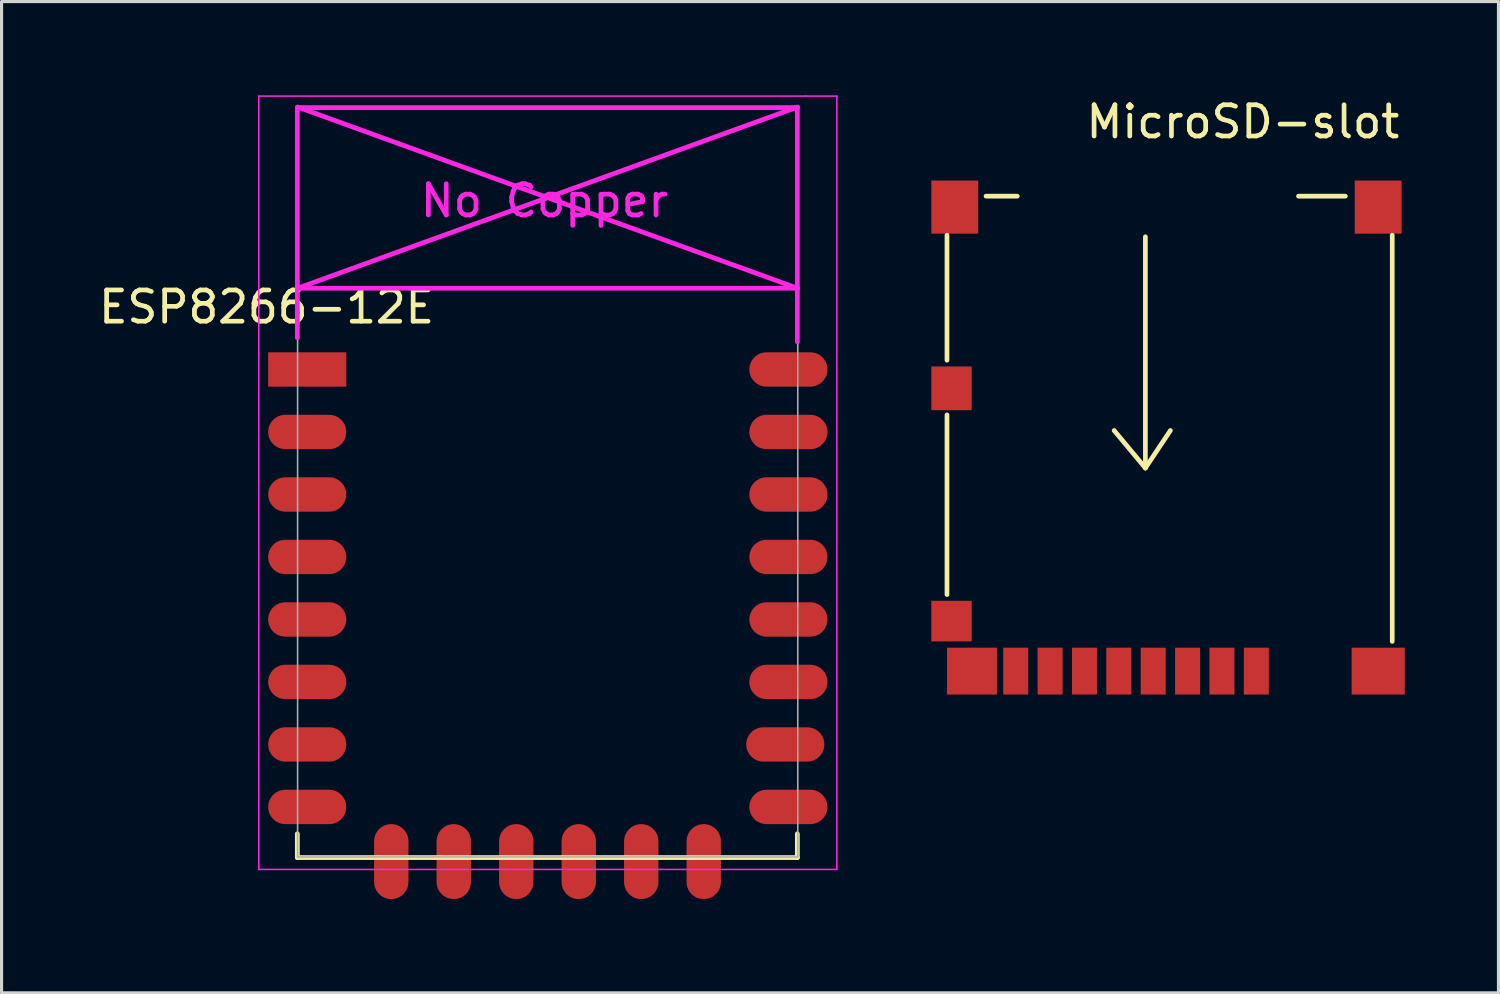
<source format=kicad_pcb>
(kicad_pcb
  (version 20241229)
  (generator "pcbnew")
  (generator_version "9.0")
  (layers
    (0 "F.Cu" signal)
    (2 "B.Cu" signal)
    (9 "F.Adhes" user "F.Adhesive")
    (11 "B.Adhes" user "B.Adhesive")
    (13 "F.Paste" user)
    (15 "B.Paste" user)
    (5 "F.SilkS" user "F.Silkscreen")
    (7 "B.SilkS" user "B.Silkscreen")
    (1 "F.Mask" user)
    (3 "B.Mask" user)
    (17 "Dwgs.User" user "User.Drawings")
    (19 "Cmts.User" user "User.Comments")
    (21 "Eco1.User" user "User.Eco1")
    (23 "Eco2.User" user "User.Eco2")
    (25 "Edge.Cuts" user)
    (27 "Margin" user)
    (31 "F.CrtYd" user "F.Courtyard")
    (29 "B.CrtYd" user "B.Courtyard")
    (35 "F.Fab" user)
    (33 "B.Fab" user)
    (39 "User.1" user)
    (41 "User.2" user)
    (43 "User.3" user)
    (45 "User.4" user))
  (footprint "ESP8266-12E"
    (layer "F.Cu")
    (at 7.482 8.775)
    (property "Reference" "ESP8266-12E" (at -2 -2 0) (layer "F.SilkS") (effects (font (size 1 1) (thickness 0.15))))
    (attr through_hole)
    (fp_line (start -1.016 14.859) (end -1.016 15.621) (stroke (width 0.152) (type solid)) (layer "F.SilkS"))
    (fp_line (start -1.016 15.621) (end 14.986 15.621) (stroke (width 0.152) (type solid)) (layer "F.SilkS"))
    (fp_line (start 14.986 15.621) (end 14.986 14.859) (stroke (width 0.152) (type solid)) (layer "F.SilkS"))
    (fp_line (start -2.25 -8.75) (end 15.25 -8.75) (stroke (width 0.05) (type solid)) (layer "F.CrtYd"))
    (fp_line (start -2.25 -0.5) (end -2.25 -8.75) (stroke (width 0.05) (type solid)) (layer "F.CrtYd"))
    (fp_line (start -2.25 16) (end -2.25 -0.5) (stroke (width 0.05) (type solid)) (layer "F.CrtYd"))
    (fp_line (start -1.016 -8.382) (end -1.016 -1.016) (stroke (width 0.152) (type solid)) (layer "F.CrtYd"))
    (fp_line (start -1.016 -8.382) (end 14.986 -8.382) (stroke (width 0.152) (type solid)) (layer "F.CrtYd"))
    (fp_line (start -1.008 -8.4) (end 14.992 -2.6) (stroke (width 0.152) (type solid)) (layer "F.CrtYd"))
    (fp_line (start -1.008 -2.6) (end 14.992 -2.6) (stroke (width 0.152) (type solid)) (layer "F.CrtYd"))
    (fp_line (start 14.986 -8.382) (end 14.986 -0.889) (stroke (width 0.152) (type solid)) (layer "F.CrtYd"))
    (fp_line (start 14.992 -8.4) (end -1.008 -2.6) (stroke (width 0.152) (type solid)) (layer "F.CrtYd"))
    (fp_line (start 15.25 -8.75) (end 16.25 -8.75) (stroke (width 0.05) (type solid)) (layer "F.CrtYd"))
    (fp_line (start 16.25 -8.75) (end 16.25 16) (stroke (width 0.05) (type solid)) (layer "F.CrtYd"))
    (fp_line (start 16.25 16) (end -2.25 16) (stroke (width 0.05) (type solid)) (layer "F.CrtYd"))
    (fp_line (start -1.008 -8.4) (end 14.992 -8.4) (stroke (width 0.05) (type solid)) (layer "F.Fab"))
    (fp_line (start -1.008 15.6) (end -1.008 -8.4) (stroke (width 0.05) (type solid)) (layer "F.Fab"))
    (fp_line (start 14.992 15.6) (end -1.008 15.6) (stroke (width 0.05) (type solid)) (layer "F.Fab"))
    (fp_line (start 15 -8.4) (end 15 15.6) (stroke (width 0.05) (type solid)) (layer "F.Fab"))
    (fp_text user "No Copper" (at 6.892 -5.4 0) (layer "F.CrtYd") (effects (font (size 1 1) (thickness 0.15))))
    (pad "1" smd rect (at 0 0) (size 2.5 1.1) (drill (offset -0.7 0)) (layers "F.Cu" "F.Mask" "F.Paste"))
    (pad "2" smd oval (at 0 2) (size 2.5 1.1) (drill (offset -0.7 0)) (layers "F.Cu" "F.Mask" "F.Paste"))
    (pad "3" smd oval (at 0 4) (size 2.5 1.1) (drill (offset -0.7 0)) (layers "F.Cu" "F.Mask" "F.Paste"))
    (pad "4" smd oval (at 0 6) (size 2.5 1.1) (drill (offset -0.7 0)) (layers "F.Cu" "F.Mask" "F.Paste"))
    (pad "5" smd oval (at 0 8) (size 2.5 1.1) (drill (offset -0.7 0)) (layers "F.Cu" "F.Mask" "F.Paste"))
    (pad "6" smd oval (at 0 10) (size 2.5 1.1) (drill (offset -0.7 0)) (layers "F.Cu" "F.Mask" "F.Paste"))
    (pad "7" smd oval (at 0 12) (size 2.5 1.1) (drill (offset -0.7 0)) (layers "F.Cu" "F.Mask" "F.Paste"))
    (pad "8" smd oval (at 0 14) (size 2.5 1.1) (drill (offset -0.7 0)) (layers "F.Cu" "F.Mask" "F.Paste"))
    (pad "9" smd oval (at 14 14) (size 2.5 1.1) (drill (offset 0.7 0)) (layers "F.Cu" "F.Mask" "F.Paste"))
    (pad "10" smd oval (at 14 12) (size 2.5 1.1) (drill (offset 0.6 0)) (layers "F.Cu" "F.Mask" "F.Paste"))
    (pad "11" smd oval (at 14 10) (size 2.5 1.1) (drill (offset 0.7 0)) (layers "F.Cu" "F.Mask" "F.Paste"))
    (pad "12" smd oval (at 14 8) (size 2.5 1.1) (drill (offset 0.7 0)) (layers "F.Cu" "F.Mask" "F.Paste"))
    (pad "13" smd oval (at 14 6) (size 2.5 1.1) (drill (offset 0.7 0)) (layers "F.Cu" "F.Mask" "F.Paste"))
    (pad "14" smd oval (at 14 4) (size 2.5 1.1) (drill (offset 0.7 0)) (layers "F.Cu" "F.Mask" "F.Paste"))
    (pad "15" smd oval (at 14 2) (size 2.5 1.1) (drill (offset 0.7 0)) (layers "F.Cu" "F.Mask" "F.Paste"))
    (pad "16" smd oval (at 14 0) (size 2.5 1.1) (drill (offset 0.7 0)) (layers "F.Cu" "F.Mask" "F.Paste"))
    (pad "17" smd oval (at 1.99 15.75 90) (size 2.4 1.1) (layers "F.Cu" "F.Mask" "F.Paste"))
    (pad "18" smd oval (at 3.99 15.75 90) (size 2.4 1.1) (layers "F.Cu" "F.Mask" "F.Paste"))
    (pad "19" smd oval (at 5.99 15.75 90) (size 2.4 1.1) (layers "F.Cu" "F.Mask" "F.Paste"))
    (pad "20" smd oval (at 7.99 15.75 90) (size 2.4 1.1) (layers "F.Cu" "F.Mask" "F.Paste"))
    (pad "21" smd oval (at 9.99 15.75 90) (size 2.4 1.1) (layers "F.Cu" "F.Mask" "F.Paste"))
    (pad "22" smd oval (at 11.99 15.75 90) (size 2.4 1.1) (layers "F.Cu" "F.Mask" "F.Paste")))
  (footprint "MicroSD-slot"
    (layer "F.Cu")
    (at 28.257 2.728)
    (property "Reference" "MicroSD-slot" (at 8.47 -1.88 0) (layer "F.SilkS") (effects (font (size 1 1) (thickness 0.15))))
    (attr through_hole)
    (fp_line (start -1 1.75) (end -1 5.75) (stroke (width 0.15) (type solid)) (layer "F.SilkS"))
    (fp_line (start -1 13.25) (end -1 7.5) (stroke (width 0.15) (type solid)) (layer "F.SilkS"))
    (fp_line (start 0.25 0.5) (end 1.25 0.5) (stroke (width 0.15) (type solid)) (layer "F.SilkS"))
    (fp_line (start 5.35 1.8) (end 5.35 9.2) (stroke (width 0.15) (type solid)) (layer "F.SilkS"))
    (fp_line (start 5.35 9.2) (end 4.35 8) (stroke (width 0.15) (type solid)) (layer "F.SilkS"))
    (fp_line (start 5.35 9.2) (end 6.15 8) (stroke (width 0.15) (type solid)) (layer "F.SilkS"))
    (fp_line (start 10.25 0.5) (end 11.75 0.5) (stroke (width 0.15) (type solid)) (layer "F.SilkS"))
    (fp_line (start 13.25 14.75) (end 13.25 1.75) (stroke (width 0.15) (type solid)) (layer "F.SilkS"))
    (pad "1" smd rect (at 1.2 15.7) (size 0.8 1.5) (layers "F.Cu" "F.Mask" "F.Paste"))
    (pad "2" smd rect (at 2.3 15.7) (size 0.8 1.5) (layers "F.Cu" "F.Mask" "F.Paste"))
    (pad "3" smd rect (at 3.4 15.7) (size 0.8 1.5) (layers "F.Cu" "F.Mask" "F.Paste"))
    (pad "4" smd rect (at 4.5 15.7) (size 0.8 1.5) (layers "F.Cu" "F.Mask" "F.Paste"))
    (pad "5" smd rect (at 5.6 15.7) (size 0.8 1.5) (layers "F.Cu" "F.Mask" "F.Paste"))
    (pad "6" smd rect (at 6.7 15.7) (size 0.8 1.5) (layers "F.Cu" "F.Mask" "F.Paste"))
    (pad "7" smd rect (at 7.8 15.7) (size 0.8 1.5) (layers "F.Cu" "F.Mask" "F.Paste"))
    (pad "8" smd rect (at 8.9 15.7) (size 0.8 1.5) (layers "F.Cu" "F.Mask" "F.Paste"))
    (pad "9" smd rect (at -0.855 14.1) (size 1.29 1.3) (layers "F.Cu" "F.Mask" "F.Paste"))
    (pad "10" smd rect (at -0.75 0.85) (size 1.5 1.7) (layers "F.Cu" "F.Mask" "F.Paste"))
    (pad "10" smd rect (at -0.2 15.7) (size 1.6 1.5) (layers "F.Cu" "F.Mask" "F.Paste"))
    (pad "10" smd rect (at 12.8 0.85) (size 1.5 1.7) (layers "F.Cu" "F.Mask" "F.Paste"))
    (pad "10" smd rect (at 12.8 15.7) (size 1.7 1.5) (layers "F.Cu" "F.Mask" "F.Paste"))
    (pad "11" smd rect (at -0.855 6.65) (size 1.29 1.4) (layers "F.Cu" "F.Mask" "F.Paste")))
  (gr_rect
    (start -3 -3)
    (end 44.907 28.725)
    (stroke (width 0.1) (type default))
    (fill no)
    (layer "Edge.Cuts")))
</source>
